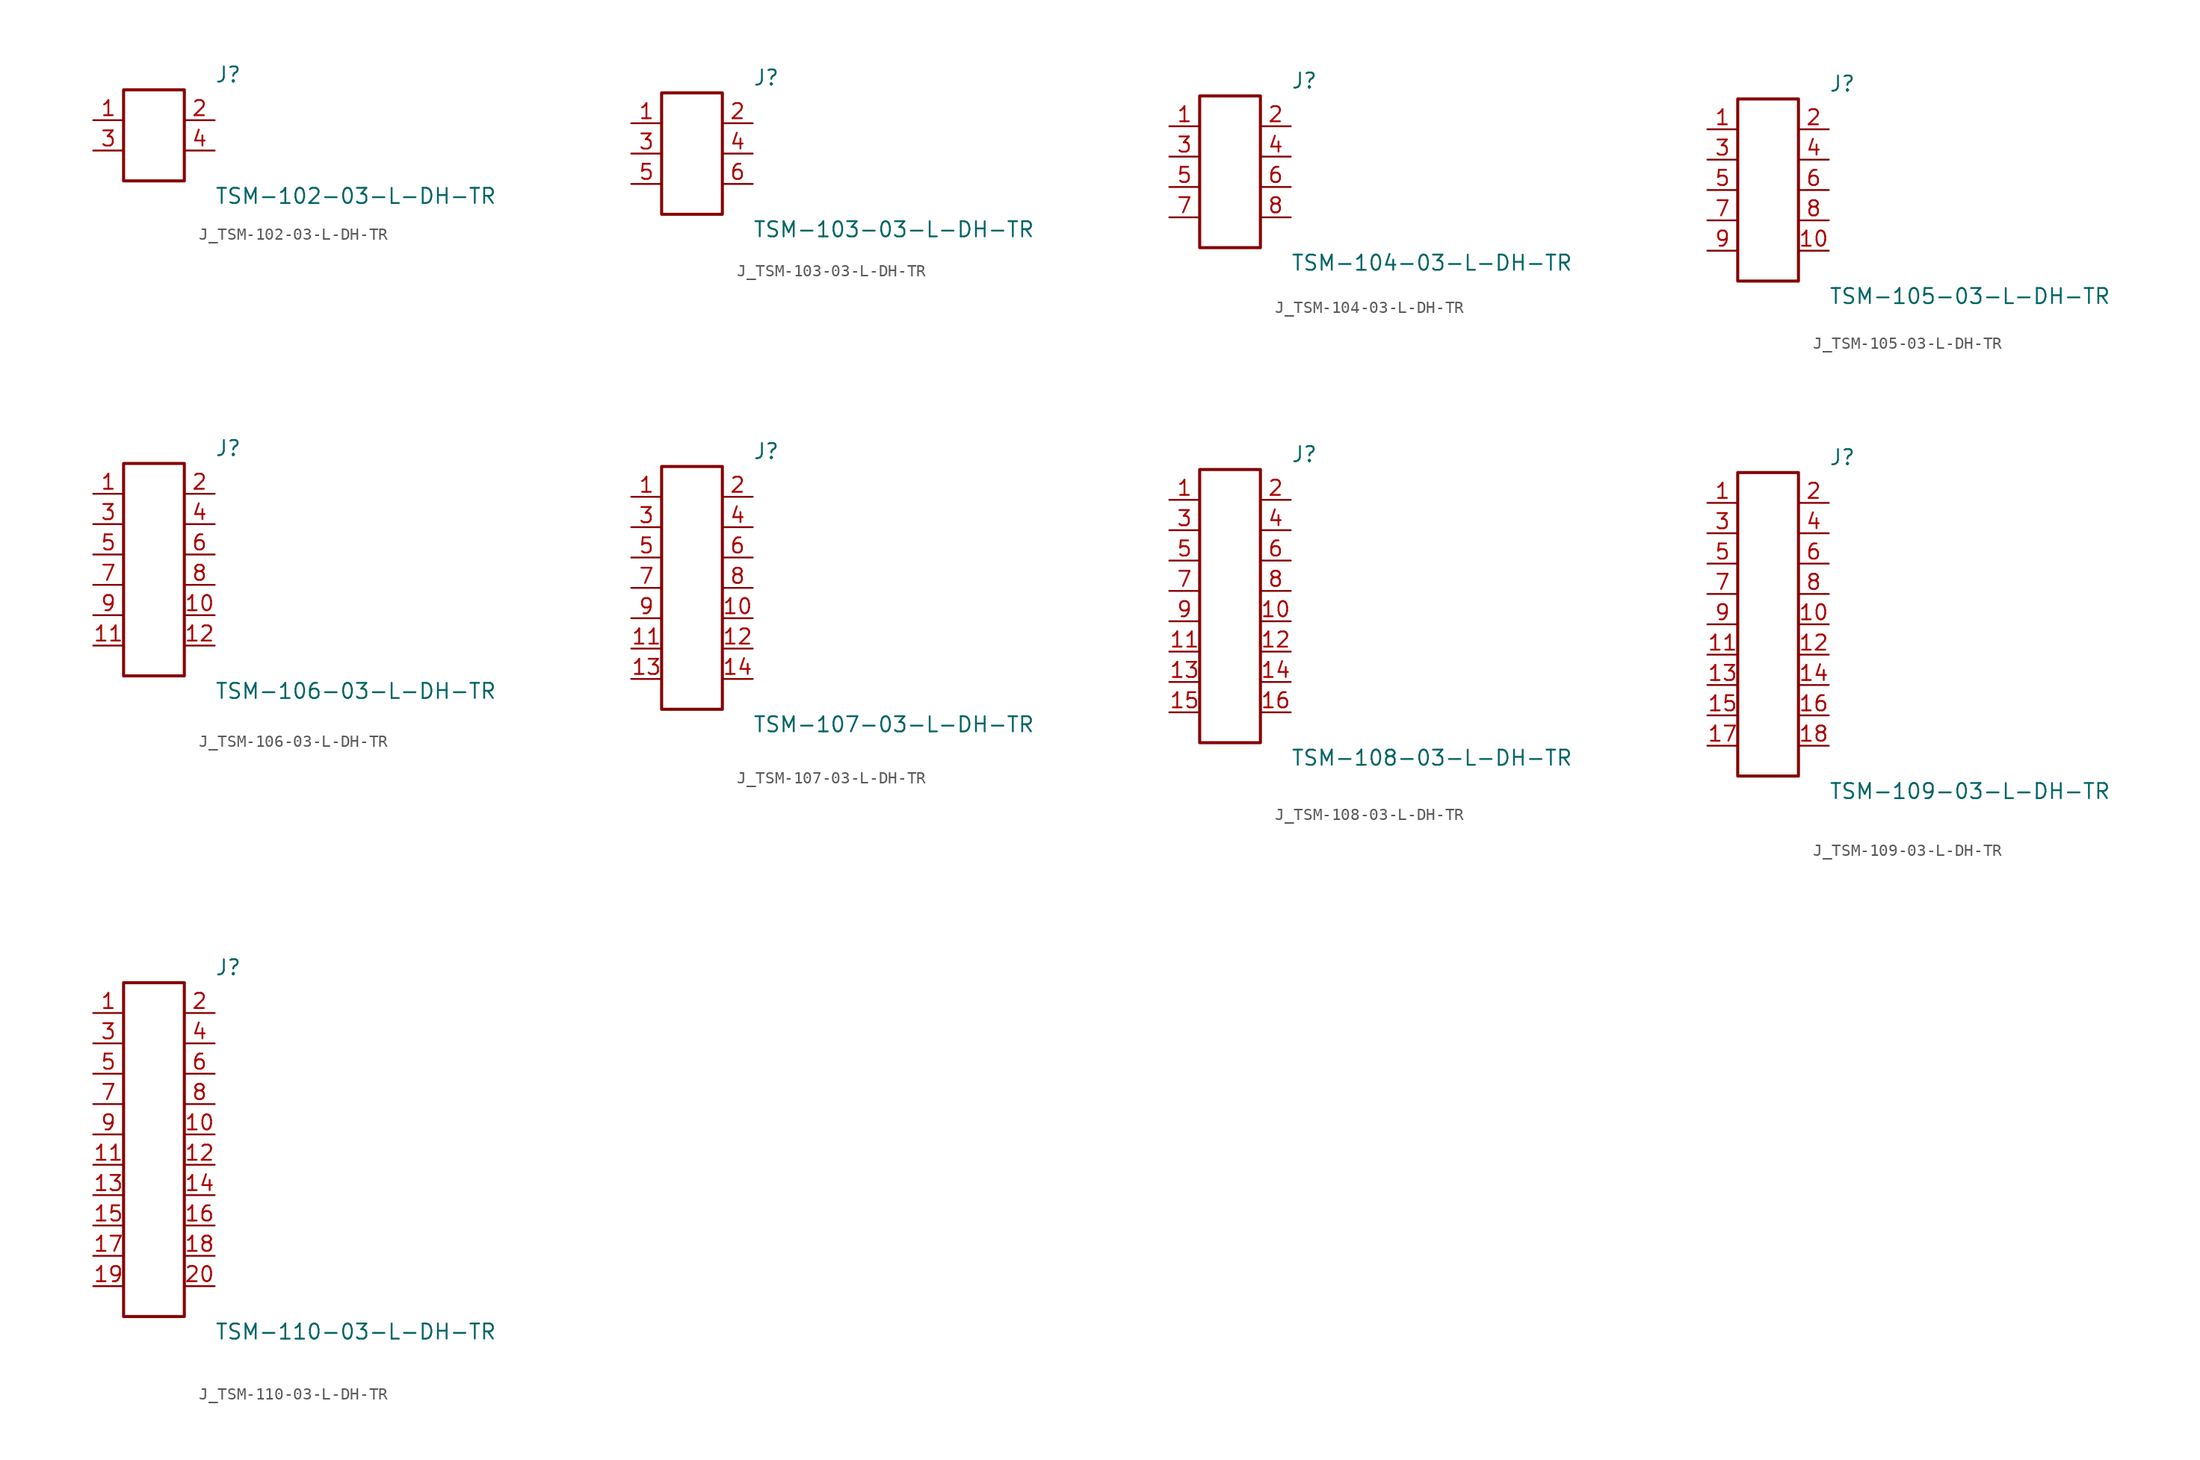
<source format=kicad_sym>
(kicad_symbol_lib
  (version 20231120)
  (generator kicad_symbol_editor)
  (generator_version 8.0)
  (symbol "J_TSM-102-03-L-DH-TR"
    (pin_names
      (offset 0.254))
    (property "Reference" "J"
      (at 5.08 5.08 0)
      (effects (font (size 1.27 1.27)) (justify left)))
    (property "Value" "TSM-102-03-L-DH-TR"
      (at 5.08 -5.08 0)
      (effects (font (size 1.27 1.27)) (justify left)))
    (symbol "J_TSM-102-03-L-DH-TR_0_0"
      (pin passive line (at -5.08 1.27 0) (length 2.54) (name "" (effects (font (size 1.27 1.27)))) (number "1" (effects (font (size 1.27 1.27)))))
      (pin passive line (at 5.08 1.27 180) (length 2.54) (name "" (effects (font (size 1.27 1.27)))) (number "2" (effects (font (size 1.27 1.27)))))
      (pin passive line (at -5.08 -1.27 0) (length 2.54) (name "" (effects (font (size 1.27 1.27)))) (number "3" (effects (font (size 1.27 1.27)))))
      (pin passive line (at 5.08 -1.27 180) (length 2.54) (name "" (effects (font (size 1.27 1.27)))) (number "4" (effects (font (size 1.27 1.27))))))
    (symbol "J_TSM-102-03-L-DH-TR_1_0"
      (rectangle (start -2.54 3.81) (end 2.54 -3.81) (stroke (width 0.254) (type solid)) (fill (type none)))))
  (symbol "J_TSM-103-03-L-DH-TR"
    (pin_names
      (offset 0.254))
    (property "Reference" "J"
      (at 5.08 6.35 0)
      (effects (font (size 1.27 1.27)) (justify left)))
    (property "Value" "TSM-103-03-L-DH-TR"
      (at 5.08 -6.35 0)
      (effects (font (size 1.27 1.27)) (justify left)))
    (symbol "J_TSM-103-03-L-DH-TR_0_0"
      (pin passive line (at -5.08 2.54 0) (length 2.54) (name "" (effects (font (size 1.27 1.27)))) (number "1" (effects (font (size 1.27 1.27)))))
      (pin passive line (at 5.08 2.54 180) (length 2.54) (name "" (effects (font (size 1.27 1.27)))) (number "2" (effects (font (size 1.27 1.27)))))
      (pin passive line (at -5.08 0.0 0) (length 2.54) (name "" (effects (font (size 1.27 1.27)))) (number "3" (effects (font (size 1.27 1.27)))))
      (pin passive line (at 5.08 0.0 180) (length 2.54) (name "" (effects (font (size 1.27 1.27)))) (number "4" (effects (font (size 1.27 1.27)))))
      (pin passive line (at -5.08 -2.54 0) (length 2.54) (name "" (effects (font (size 1.27 1.27)))) (number "5" (effects (font (size 1.27 1.27)))))
      (pin passive line (at 5.08 -2.54 180) (length 2.54) (name "" (effects (font (size 1.27 1.27)))) (number "6" (effects (font (size 1.27 1.27))))))
    (symbol "J_TSM-103-03-L-DH-TR_1_0"
      (rectangle (start -2.54 5.08) (end 2.54 -5.08) (stroke (width 0.254) (type solid)) (fill (type none)))))
  (symbol "J_TSM-104-03-L-DH-TR"
    (pin_names
      (offset 0.254))
    (property "Reference" "J"
      (at 5.08 7.62 0)
      (effects (font (size 1.27 1.27)) (justify left)))
    (property "Value" "TSM-104-03-L-DH-TR"
      (at 5.08 -7.62 0)
      (effects (font (size 1.27 1.27)) (justify left)))
    (symbol "J_TSM-104-03-L-DH-TR_0_0"
      (pin passive line (at -5.08 3.81 0) (length 2.54) (name "" (effects (font (size 1.27 1.27)))) (number "1" (effects (font (size 1.27 1.27)))))
      (pin passive line (at 5.08 3.81 180) (length 2.54) (name "" (effects (font (size 1.27 1.27)))) (number "2" (effects (font (size 1.27 1.27)))))
      (pin passive line (at -5.08 1.27 0) (length 2.54) (name "" (effects (font (size 1.27 1.27)))) (number "3" (effects (font (size 1.27 1.27)))))
      (pin passive line (at 5.08 1.27 180) (length 2.54) (name "" (effects (font (size 1.27 1.27)))) (number "4" (effects (font (size 1.27 1.27)))))
      (pin passive line (at -5.08 -1.27 0) (length 2.54) (name "" (effects (font (size 1.27 1.27)))) (number "5" (effects (font (size 1.27 1.27)))))
      (pin passive line (at 5.08 -1.27 180) (length 2.54) (name "" (effects (font (size 1.27 1.27)))) (number "6" (effects (font (size 1.27 1.27)))))
      (pin passive line (at -5.08 -3.81 0) (length 2.54) (name "" (effects (font (size 1.27 1.27)))) (number "7" (effects (font (size 1.27 1.27)))))
      (pin passive line (at 5.08 -3.81 180) (length 2.54) (name "" (effects (font (size 1.27 1.27)))) (number "8" (effects (font (size 1.27 1.27))))))
    (symbol "J_TSM-104-03-L-DH-TR_1_0"
      (rectangle (start -2.54 6.35) (end 2.54 -6.35) (stroke (width 0.254) (type solid)) (fill (type none)))))
  (symbol "J_TSM-105-03-L-DH-TR"
    (pin_names
      (offset 0.254))
    (property "Reference" "J"
      (at 5.08 8.89 0)
      (effects (font (size 1.27 1.27)) (justify left)))
    (property "Value" "TSM-105-03-L-DH-TR"
      (at 5.08 -8.89 0)
      (effects (font (size 1.27 1.27)) (justify left)))
    (symbol "J_TSM-105-03-L-DH-TR_0_0"
      (pin passive line (at -5.08 5.08 0) (length 2.54) (name "" (effects (font (size 1.27 1.27)))) (number "1" (effects (font (size 1.27 1.27)))))
      (pin passive line (at 5.08 5.08 180) (length 2.54) (name "" (effects (font (size 1.27 1.27)))) (number "2" (effects (font (size 1.27 1.27)))))
      (pin passive line (at -5.08 2.54 0) (length 2.54) (name "" (effects (font (size 1.27 1.27)))) (number "3" (effects (font (size 1.27 1.27)))))
      (pin passive line (at 5.08 2.54 180) (length 2.54) (name "" (effects (font (size 1.27 1.27)))) (number "4" (effects (font (size 1.27 1.27)))))
      (pin passive line (at -5.08 0.0 0) (length 2.54) (name "" (effects (font (size 1.27 1.27)))) (number "5" (effects (font (size 1.27 1.27)))))
      (pin passive line (at 5.08 0.0 180) (length 2.54) (name "" (effects (font (size 1.27 1.27)))) (number "6" (effects (font (size 1.27 1.27)))))
      (pin passive line (at -5.08 -2.54 0) (length 2.54) (name "" (effects (font (size 1.27 1.27)))) (number "7" (effects (font (size 1.27 1.27)))))
      (pin passive line (at 5.08 -2.54 180) (length 2.54) (name "" (effects (font (size 1.27 1.27)))) (number "8" (effects (font (size 1.27 1.27)))))
      (pin passive line (at -5.08 -5.08 0) (length 2.54) (name "" (effects (font (size 1.27 1.27)))) (number "9" (effects (font (size 1.27 1.27)))))
      (pin passive line (at 5.08 -5.08 180) (length 2.54) (name "" (effects (font (size 1.27 1.27)))) (number "10" (effects (font (size 1.27 1.27))))))
    (symbol "J_TSM-105-03-L-DH-TR_1_0"
      (rectangle (start -2.54 7.62) (end 2.54 -7.62) (stroke (width 0.254) (type solid)) (fill (type none)))))
  (symbol "J_TSM-106-03-L-DH-TR"
    (pin_names
      (offset 0.254))
    (property "Reference" "J"
      (at 5.08 10.16 0)
      (effects (font (size 1.27 1.27)) (justify left)))
    (property "Value" "TSM-106-03-L-DH-TR"
      (at 5.08 -10.16 0)
      (effects (font (size 1.27 1.27)) (justify left)))
    (symbol "J_TSM-106-03-L-DH-TR_0_0"
      (pin passive line (at -5.08 6.35 0) (length 2.54) (name "" (effects (font (size 1.27 1.27)))) (number "1" (effects (font (size 1.27 1.27)))))
      (pin passive line (at 5.08 6.35 180) (length 2.54) (name "" (effects (font (size 1.27 1.27)))) (number "2" (effects (font (size 1.27 1.27)))))
      (pin passive line (at -5.08 3.81 0) (length 2.54) (name "" (effects (font (size 1.27 1.27)))) (number "3" (effects (font (size 1.27 1.27)))))
      (pin passive line (at 5.08 3.81 180) (length 2.54) (name "" (effects (font (size 1.27 1.27)))) (number "4" (effects (font (size 1.27 1.27)))))
      (pin passive line (at -5.08 1.27 0) (length 2.54) (name "" (effects (font (size 1.27 1.27)))) (number "5" (effects (font (size 1.27 1.27)))))
      (pin passive line (at 5.08 1.27 180) (length 2.54) (name "" (effects (font (size 1.27 1.27)))) (number "6" (effects (font (size 1.27 1.27)))))
      (pin passive line (at -5.08 -1.27 0) (length 2.54) (name "" (effects (font (size 1.27 1.27)))) (number "7" (effects (font (size 1.27 1.27)))))
      (pin passive line (at 5.08 -1.27 180) (length 2.54) (name "" (effects (font (size 1.27 1.27)))) (number "8" (effects (font (size 1.27 1.27)))))
      (pin passive line (at -5.08 -3.81 0) (length 2.54) (name "" (effects (font (size 1.27 1.27)))) (number "9" (effects (font (size 1.27 1.27)))))
      (pin passive line (at 5.08 -3.81 180) (length 2.54) (name "" (effects (font (size 1.27 1.27)))) (number "10" (effects (font (size 1.27 1.27)))))
      (pin passive line (at -5.08 -6.35 0) (length 2.54) (name "" (effects (font (size 1.27 1.27)))) (number "11" (effects (font (size 1.27 1.27)))))
      (pin passive line (at 5.08 -6.35 180) (length 2.54) (name "" (effects (font (size 1.27 1.27)))) (number "12" (effects (font (size 1.27 1.27))))))
    (symbol "J_TSM-106-03-L-DH-TR_1_0"
      (rectangle (start -2.54 8.89) (end 2.54 -8.89) (stroke (width 0.254) (type solid)) (fill (type none)))))
  (symbol "J_TSM-107-03-L-DH-TR"
    (pin_names
      (offset 0.254))
    (property "Reference" "J"
      (at 5.08 11.43 0)
      (effects (font (size 1.27 1.27)) (justify left)))
    (property "Value" "TSM-107-03-L-DH-TR"
      (at 5.08 -11.43 0)
      (effects (font (size 1.27 1.27)) (justify left)))
    (symbol "J_TSM-107-03-L-DH-TR_0_0"
      (pin passive line (at -5.08 7.62 0) (length 2.54) (name "" (effects (font (size 1.27 1.27)))) (number "1" (effects (font (size 1.27 1.27)))))
      (pin passive line (at 5.08 7.62 180) (length 2.54) (name "" (effects (font (size 1.27 1.27)))) (number "2" (effects (font (size 1.27 1.27)))))
      (pin passive line (at -5.08 5.08 0) (length 2.54) (name "" (effects (font (size 1.27 1.27)))) (number "3" (effects (font (size 1.27 1.27)))))
      (pin passive line (at 5.08 5.08 180) (length 2.54) (name "" (effects (font (size 1.27 1.27)))) (number "4" (effects (font (size 1.27 1.27)))))
      (pin passive line (at -5.08 2.54 0) (length 2.54) (name "" (effects (font (size 1.27 1.27)))) (number "5" (effects (font (size 1.27 1.27)))))
      (pin passive line (at 5.08 2.54 180) (length 2.54) (name "" (effects (font (size 1.27 1.27)))) (number "6" (effects (font (size 1.27 1.27)))))
      (pin passive line (at -5.08 0.0 0) (length 2.54) (name "" (effects (font (size 1.27 1.27)))) (number "7" (effects (font (size 1.27 1.27)))))
      (pin passive line (at 5.08 0.0 180) (length 2.54) (name "" (effects (font (size 1.27 1.27)))) (number "8" (effects (font (size 1.27 1.27)))))
      (pin passive line (at -5.08 -2.54 0) (length 2.54) (name "" (effects (font (size 1.27 1.27)))) (number "9" (effects (font (size 1.27 1.27)))))
      (pin passive line (at 5.08 -2.54 180) (length 2.54) (name "" (effects (font (size 1.27 1.27)))) (number "10" (effects (font (size 1.27 1.27)))))
      (pin passive line (at -5.08 -5.08 0) (length 2.54) (name "" (effects (font (size 1.27 1.27)))) (number "11" (effects (font (size 1.27 1.27)))))
      (pin passive line (at 5.08 -5.08 180) (length 2.54) (name "" (effects (font (size 1.27 1.27)))) (number "12" (effects (font (size 1.27 1.27)))))
      (pin passive line (at -5.08 -7.62 0) (length 2.54) (name "" (effects (font (size 1.27 1.27)))) (number "13" (effects (font (size 1.27 1.27)))))
      (pin passive line (at 5.08 -7.62 180) (length 2.54) (name "" (effects (font (size 1.27 1.27)))) (number "14" (effects (font (size 1.27 1.27))))))
    (symbol "J_TSM-107-03-L-DH-TR_1_0"
      (rectangle (start -2.54 10.16) (end 2.54 -10.16) (stroke (width 0.254) (type solid)) (fill (type none)))))
  (symbol "J_TSM-108-03-L-DH-TR"
    (pin_names
      (offset 0.254))
    (property "Reference" "J"
      (at 5.08 12.7 0)
      (effects (font (size 1.27 1.27)) (justify left)))
    (property "Value" "TSM-108-03-L-DH-TR"
      (at 5.08 -12.7 0)
      (effects (font (size 1.27 1.27)) (justify left)))
    (symbol "J_TSM-108-03-L-DH-TR_0_0"
      (pin passive line (at -5.08 8.89 0) (length 2.54) (name "" (effects (font (size 1.27 1.27)))) (number "1" (effects (font (size 1.27 1.27)))))
      (pin passive line (at 5.08 8.89 180) (length 2.54) (name "" (effects (font (size 1.27 1.27)))) (number "2" (effects (font (size 1.27 1.27)))))
      (pin passive line (at -5.08 6.35 0) (length 2.54) (name "" (effects (font (size 1.27 1.27)))) (number "3" (effects (font (size 1.27 1.27)))))
      (pin passive line (at 5.08 6.35 180) (length 2.54) (name "" (effects (font (size 1.27 1.27)))) (number "4" (effects (font (size 1.27 1.27)))))
      (pin passive line (at -5.08 3.81 0) (length 2.54) (name "" (effects (font (size 1.27 1.27)))) (number "5" (effects (font (size 1.27 1.27)))))
      (pin passive line (at 5.08 3.81 180) (length 2.54) (name "" (effects (font (size 1.27 1.27)))) (number "6" (effects (font (size 1.27 1.27)))))
      (pin passive line (at -5.08 1.27 0) (length 2.54) (name "" (effects (font (size 1.27 1.27)))) (number "7" (effects (font (size 1.27 1.27)))))
      (pin passive line (at 5.08 1.27 180) (length 2.54) (name "" (effects (font (size 1.27 1.27)))) (number "8" (effects (font (size 1.27 1.27)))))
      (pin passive line (at -5.08 -1.27 0) (length 2.54) (name "" (effects (font (size 1.27 1.27)))) (number "9" (effects (font (size 1.27 1.27)))))
      (pin passive line (at 5.08 -1.27 180) (length 2.54) (name "" (effects (font (size 1.27 1.27)))) (number "10" (effects (font (size 1.27 1.27)))))
      (pin passive line (at -5.08 -3.81 0) (length 2.54) (name "" (effects (font (size 1.27 1.27)))) (number "11" (effects (font (size 1.27 1.27)))))
      (pin passive line (at 5.08 -3.81 180) (length 2.54) (name "" (effects (font (size 1.27 1.27)))) (number "12" (effects (font (size 1.27 1.27)))))
      (pin passive line (at -5.08 -6.35 0) (length 2.54) (name "" (effects (font (size 1.27 1.27)))) (number "13" (effects (font (size 1.27 1.27)))))
      (pin passive line (at 5.08 -6.35 180) (length 2.54) (name "" (effects (font (size 1.27 1.27)))) (number "14" (effects (font (size 1.27 1.27)))))
      (pin passive line (at -5.08 -8.89 0) (length 2.54) (name "" (effects (font (size 1.27 1.27)))) (number "15" (effects (font (size 1.27 1.27)))))
      (pin passive line (at 5.08 -8.89 180) (length 2.54) (name "" (effects (font (size 1.27 1.27)))) (number "16" (effects (font (size 1.27 1.27))))))
    (symbol "J_TSM-108-03-L-DH-TR_1_0"
      (rectangle (start -2.54 11.43) (end 2.54 -11.43) (stroke (width 0.254) (type solid)) (fill (type none)))))
  (symbol "J_TSM-109-03-L-DH-TR"
    (pin_names
      (offset 0.254))
    (property "Reference" "J"
      (at 5.08 13.97 0)
      (effects (font (size 1.27 1.27)) (justify left)))
    (property "Value" "TSM-109-03-L-DH-TR"
      (at 5.08 -13.97 0)
      (effects (font (size 1.27 1.27)) (justify left)))
    (symbol "J_TSM-109-03-L-DH-TR_0_0"
      (pin passive line (at -5.08 10.16 0) (length 2.54) (name "" (effects (font (size 1.27 1.27)))) (number "1" (effects (font (size 1.27 1.27)))))
      (pin passive line (at 5.08 10.16 180) (length 2.54) (name "" (effects (font (size 1.27 1.27)))) (number "2" (effects (font (size 1.27 1.27)))))
      (pin passive line (at -5.08 7.62 0) (length 2.54) (name "" (effects (font (size 1.27 1.27)))) (number "3" (effects (font (size 1.27 1.27)))))
      (pin passive line (at 5.08 7.62 180) (length 2.54) (name "" (effects (font (size 1.27 1.27)))) (number "4" (effects (font (size 1.27 1.27)))))
      (pin passive line (at -5.08 5.08 0) (length 2.54) (name "" (effects (font (size 1.27 1.27)))) (number "5" (effects (font (size 1.27 1.27)))))
      (pin passive line (at 5.08 5.08 180) (length 2.54) (name "" (effects (font (size 1.27 1.27)))) (number "6" (effects (font (size 1.27 1.27)))))
      (pin passive line (at -5.08 2.54 0) (length 2.54) (name "" (effects (font (size 1.27 1.27)))) (number "7" (effects (font (size 1.27 1.27)))))
      (pin passive line (at 5.08 2.54 180) (length 2.54) (name "" (effects (font (size 1.27 1.27)))) (number "8" (effects (font (size 1.27 1.27)))))
      (pin passive line (at -5.08 0.0 0) (length 2.54) (name "" (effects (font (size 1.27 1.27)))) (number "9" (effects (font (size 1.27 1.27)))))
      (pin passive line (at 5.08 0.0 180) (length 2.54) (name "" (effects (font (size 1.27 1.27)))) (number "10" (effects (font (size 1.27 1.27)))))
      (pin passive line (at -5.08 -2.54 0) (length 2.54) (name "" (effects (font (size 1.27 1.27)))) (number "11" (effects (font (size 1.27 1.27)))))
      (pin passive line (at 5.08 -2.54 180) (length 2.54) (name "" (effects (font (size 1.27 1.27)))) (number "12" (effects (font (size 1.27 1.27)))))
      (pin passive line (at -5.08 -5.08 0) (length 2.54) (name "" (effects (font (size 1.27 1.27)))) (number "13" (effects (font (size 1.27 1.27)))))
      (pin passive line (at 5.08 -5.08 180) (length 2.54) (name "" (effects (font (size 1.27 1.27)))) (number "14" (effects (font (size 1.27 1.27)))))
      (pin passive line (at -5.08 -7.62 0) (length 2.54) (name "" (effects (font (size 1.27 1.27)))) (number "15" (effects (font (size 1.27 1.27)))))
      (pin passive line (at 5.08 -7.62 180) (length 2.54) (name "" (effects (font (size 1.27 1.27)))) (number "16" (effects (font (size 1.27 1.27)))))
      (pin passive line (at -5.08 -10.16 0) (length 2.54) (name "" (effects (font (size 1.27 1.27)))) (number "17" (effects (font (size 1.27 1.27)))))
      (pin passive line (at 5.08 -10.16 180) (length 2.54) (name "" (effects (font (size 1.27 1.27)))) (number "18" (effects (font (size 1.27 1.27))))))
    (symbol "J_TSM-109-03-L-DH-TR_1_0"
      (rectangle (start -2.54 12.7) (end 2.54 -12.7) (stroke (width 0.254) (type solid)) (fill (type none)))))
  (symbol "J_TSM-110-03-L-DH-TR"
    (pin_names
      (offset 0.254))
    (property "Reference" "J"
      (at 5.08 15.24 0)
      (effects (font (size 1.27 1.27)) (justify left)))
    (property "Value" "TSM-110-03-L-DH-TR"
      (at 5.08 -15.24 0)
      (effects (font (size 1.27 1.27)) (justify left)))
    (symbol "J_TSM-110-03-L-DH-TR_0_0"
      (pin passive line (at -5.08 11.43 0) (length 2.54) (name "" (effects (font (size 1.27 1.27)))) (number "1" (effects (font (size 1.27 1.27)))))
      (pin passive line (at 5.08 11.43 180) (length 2.54) (name "" (effects (font (size 1.27 1.27)))) (number "2" (effects (font (size 1.27 1.27)))))
      (pin passive line (at -5.08 8.89 0) (length 2.54) (name "" (effects (font (size 1.27 1.27)))) (number "3" (effects (font (size 1.27 1.27)))))
      (pin passive line (at 5.08 8.89 180) (length 2.54) (name "" (effects (font (size 1.27 1.27)))) (number "4" (effects (font (size 1.27 1.27)))))
      (pin passive line (at -5.08 6.35 0) (length 2.54) (name "" (effects (font (size 1.27 1.27)))) (number "5" (effects (font (size 1.27 1.27)))))
      (pin passive line (at 5.08 6.35 180) (length 2.54) (name "" (effects (font (size 1.27 1.27)))) (number "6" (effects (font (size 1.27 1.27)))))
      (pin passive line (at -5.08 3.81 0) (length 2.54) (name "" (effects (font (size 1.27 1.27)))) (number "7" (effects (font (size 1.27 1.27)))))
      (pin passive line (at 5.08 3.81 180) (length 2.54) (name "" (effects (font (size 1.27 1.27)))) (number "8" (effects (font (size 1.27 1.27)))))
      (pin passive line (at -5.08 1.27 0) (length 2.54) (name "" (effects (font (size 1.27 1.27)))) (number "9" (effects (font (size 1.27 1.27)))))
      (pin passive line (at 5.08 1.27 180) (length 2.54) (name "" (effects (font (size 1.27 1.27)))) (number "10" (effects (font (size 1.27 1.27)))))
      (pin passive line (at -5.08 -1.27 0) (length 2.54) (name "" (effects (font (size 1.27 1.27)))) (number "11" (effects (font (size 1.27 1.27)))))
      (pin passive line (at 5.08 -1.27 180) (length 2.54) (name "" (effects (font (size 1.27 1.27)))) (number "12" (effects (font (size 1.27 1.27)))))
      (pin passive line (at -5.08 -3.81 0) (length 2.54) (name "" (effects (font (size 1.27 1.27)))) (number "13" (effects (font (size 1.27 1.27)))))
      (pin passive line (at 5.08 -3.81 180) (length 2.54) (name "" (effects (font (size 1.27 1.27)))) (number "14" (effects (font (size 1.27 1.27)))))
      (pin passive line (at -5.08 -6.35 0) (length 2.54) (name "" (effects (font (size 1.27 1.27)))) (number "15" (effects (font (size 1.27 1.27)))))
      (pin passive line (at 5.08 -6.35 180) (length 2.54) (name "" (effects (font (size 1.27 1.27)))) (number "16" (effects (font (size 1.27 1.27)))))
      (pin passive line (at -5.08 -8.89 0) (length 2.54) (name "" (effects (font (size 1.27 1.27)))) (number "17" (effects (font (size 1.27 1.27)))))
      (pin passive line (at 5.08 -8.89 180) (length 2.54) (name "" (effects (font (size 1.27 1.27)))) (number "18" (effects (font (size 1.27 1.27)))))
      (pin passive line (at -5.08 -11.43 0) (length 2.54) (name "" (effects (font (size 1.27 1.27)))) (number "19" (effects (font (size 1.27 1.27)))))
      (pin passive line (at 5.08 -11.43 180) (length 2.54) (name "" (effects (font (size 1.27 1.27)))) (number "20" (effects (font (size 1.27 1.27))))))
    (symbol "J_TSM-110-03-L-DH-TR_1_0"
      (rectangle (start -2.54 13.97) (end 2.54 -13.97) (stroke (width 0.254) (type solid)) (fill (type none))))))
</source>
